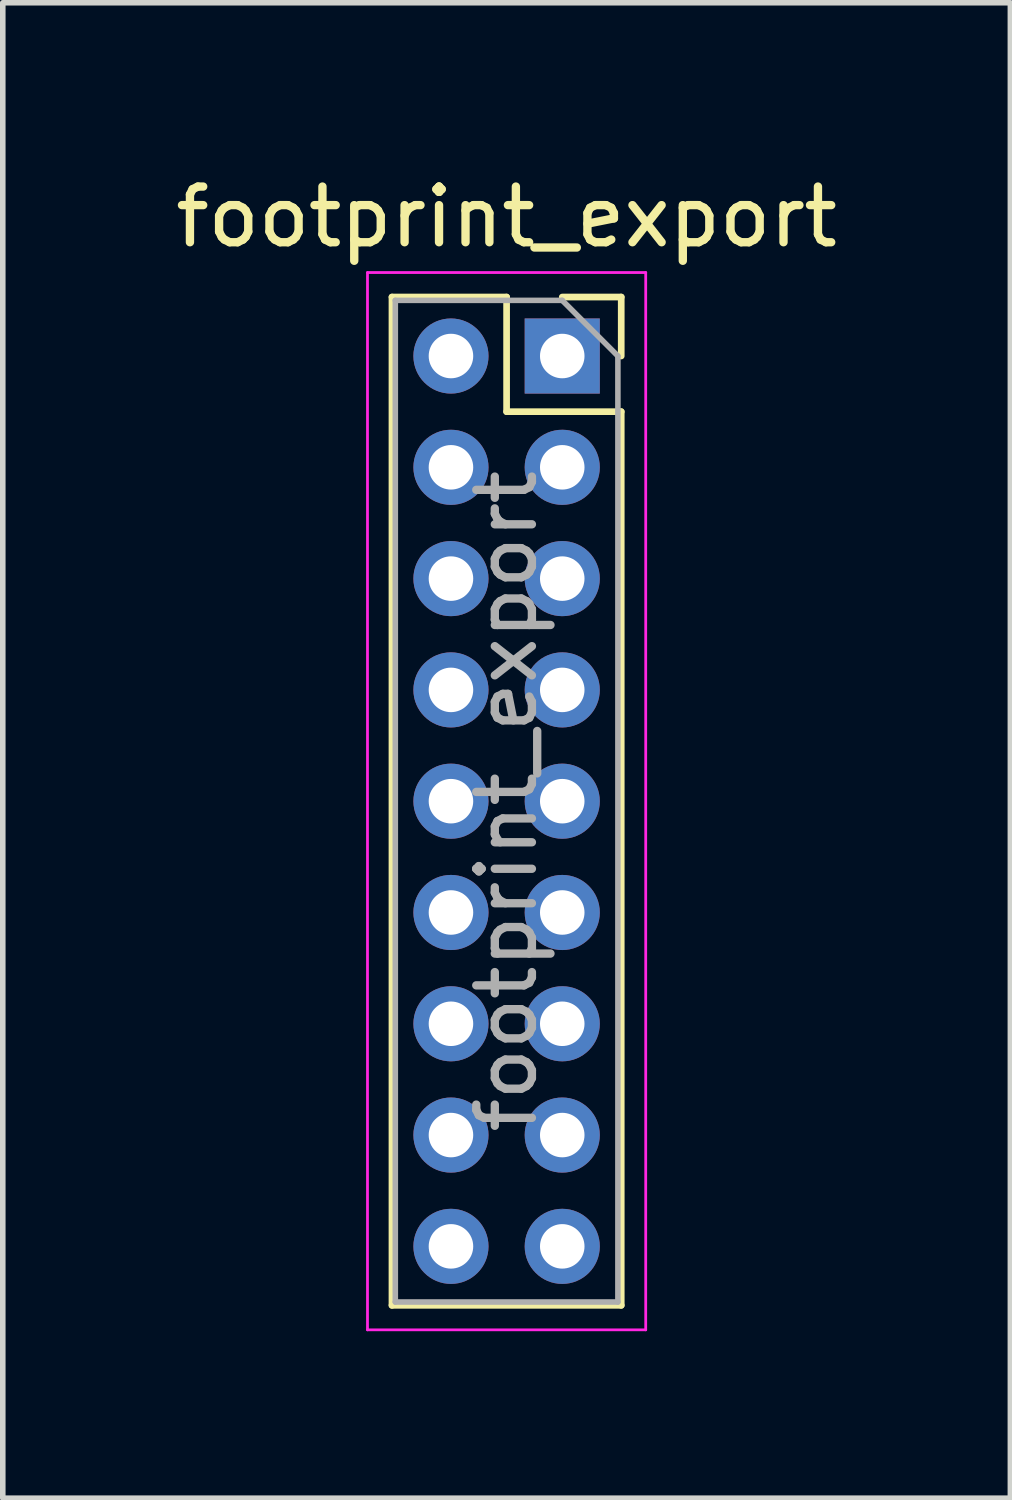
<source format=kicad_pcb>
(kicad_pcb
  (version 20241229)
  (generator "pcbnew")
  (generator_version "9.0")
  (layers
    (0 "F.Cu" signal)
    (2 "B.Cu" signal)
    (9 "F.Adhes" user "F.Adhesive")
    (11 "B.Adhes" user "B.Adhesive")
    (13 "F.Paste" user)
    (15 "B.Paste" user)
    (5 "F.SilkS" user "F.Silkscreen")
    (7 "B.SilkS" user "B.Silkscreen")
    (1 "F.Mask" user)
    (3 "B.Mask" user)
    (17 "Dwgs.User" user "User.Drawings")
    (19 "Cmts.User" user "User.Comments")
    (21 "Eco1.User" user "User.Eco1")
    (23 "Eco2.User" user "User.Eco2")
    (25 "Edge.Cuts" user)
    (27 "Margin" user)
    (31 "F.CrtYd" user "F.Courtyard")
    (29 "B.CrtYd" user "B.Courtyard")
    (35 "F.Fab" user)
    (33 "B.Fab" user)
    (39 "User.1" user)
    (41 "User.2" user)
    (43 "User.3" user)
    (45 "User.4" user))
  (footprint "footprint_export"
    (layer "F.Cu")
    (at 7.054 3.348)
    (property "Reference" "footprint_export" (at -1 -2.5 0) (layer "F.SilkS") (effects (font (size 1 1) (thickness 0.15))))
    (attr through_hole)
    (fp_line (start -3.06 -1.06) (end -3.06 17.06) (stroke (width 0.12) (type solid)) (layer "F.SilkS"))
    (fp_line (start -3.06 -1.06) (end -1 -1.06) (stroke (width 0.12) (type solid)) (layer "F.SilkS"))
    (fp_line (start -3.06 17.06) (end 1.06 17.06) (stroke (width 0.12) (type solid)) (layer "F.SilkS"))
    (fp_line (start -1 -1.06) (end -1 1) (stroke (width 0.12) (type solid)) (layer "F.SilkS"))
    (fp_line (start -1 1) (end 1.06 1) (stroke (width 0.12) (type solid)) (layer "F.SilkS"))
    (fp_line (start 0 -1.06) (end 1.06 -1.06) (stroke (width 0.12) (type solid)) (layer "F.SilkS"))
    (fp_line (start 1.06 -1.06) (end 1.06 0) (stroke (width 0.12) (type solid)) (layer "F.SilkS"))
    (fp_line (start 1.06 1) (end 1.06 17.06) (stroke (width 0.12) (type solid)) (layer "F.SilkS"))
    (fp_line (start -3.5 -1.5) (end 1.5 -1.5) (stroke (width 0.05) (type solid)) (layer "F.CrtYd"))
    (fp_line (start -3.5 17.5) (end -3.5 -1.5) (stroke (width 0.05) (type solid)) (layer "F.CrtYd"))
    (fp_line (start 1.5 -1.5) (end 1.5 17.5) (stroke (width 0.05) (type solid)) (layer "F.CrtYd"))
    (fp_line (start 1.5 17.5) (end -3.5 17.5) (stroke (width 0.05) (type solid)) (layer "F.CrtYd"))
    (fp_line (start -3 -1) (end 0 -1) (stroke (width 0.1) (type solid)) (layer "F.Fab"))
    (fp_line (start -3 17) (end -3 -1) (stroke (width 0.1) (type solid)) (layer "F.Fab"))
    (fp_line (start 0 -1) (end 1 0) (stroke (width 0.1) (type solid)) (layer "F.Fab"))
    (fp_line (start 1 0) (end 1 17) (stroke (width 0.1) (type solid)) (layer "F.Fab"))
    (fp_line (start 1 17) (end -3 17) (stroke (width 0.1) (type solid)) (layer "F.Fab"))
    (fp_text user "${REFERENCE}" (at -1 8 90) (layer "F.Fab") (effects (font (size 1 1) (thickness 0.15))))
    (pad "1" thru_hole rect (at 0 0) (size 1.35 1.35) (drill 0.8) (layers "*.Cu" "*.Mask"))
    (pad "2" thru_hole oval (at -2 0) (size 1.35 1.35) (drill 0.8) (layers "*.Cu" "*.Mask"))
    (pad "3" thru_hole oval (at 0 2) (size 1.35 1.35) (drill 0.8) (layers "*.Cu" "*.Mask"))
    (pad "4" thru_hole oval (at -2 2) (size 1.35 1.35) (drill 0.8) (layers "*.Cu" "*.Mask"))
    (pad "5" thru_hole oval (at 0 4) (size 1.35 1.35) (drill 0.8) (layers "*.Cu" "*.Mask"))
    (pad "6" thru_hole oval (at -2 4) (size 1.35 1.35) (drill 0.8) (layers "*.Cu" "*.Mask"))
    (pad "7" thru_hole oval (at 0 6) (size 1.35 1.35) (drill 0.8) (layers "*.Cu" "*.Mask"))
    (pad "8" thru_hole oval (at -2 6) (size 1.35 1.35) (drill 0.8) (layers "*.Cu" "*.Mask"))
    (pad "9" thru_hole oval (at 0 8) (size 1.35 1.35) (drill 0.8) (layers "*.Cu" "*.Mask"))
    (pad "10" thru_hole oval (at -2 8) (size 1.35 1.35) (drill 0.8) (layers "*.Cu" "*.Mask"))
    (pad "11" thru_hole oval (at 0 10) (size 1.35 1.35) (drill 0.8) (layers "*.Cu" "*.Mask"))
    (pad "12" thru_hole oval (at -2 10) (size 1.35 1.35) (drill 0.8) (layers "*.Cu" "*.Mask"))
    (pad "13" thru_hole oval (at 0 12) (size 1.35 1.35) (drill 0.8) (layers "*.Cu" "*.Mask"))
    (pad "14" thru_hole oval (at -2 12) (size 1.35 1.35) (drill 0.8) (layers "*.Cu" "*.Mask"))
    (pad "15" thru_hole oval (at 0 14) (size 1.35 1.35) (drill 0.8) (layers "*.Cu" "*.Mask"))
    (pad "16" thru_hole oval (at -2 14) (size 1.35 1.35) (drill 0.8) (layers "*.Cu" "*.Mask"))
    (pad "17" thru_hole oval (at 0 16) (size 1.35 1.35) (drill 0.8) (layers "*.Cu" "*.Mask"))
    (pad "18" thru_hole oval (at -2 16) (size 1.35 1.35) (drill 0.8) (layers "*.Cu" "*.Mask")))
  (gr_rect
    (start -3 -3)
    (end 15.107 23.873)
    (stroke (width 0.1) (type default))
    (fill no)
    (layer "Edge.Cuts")))
</source>
